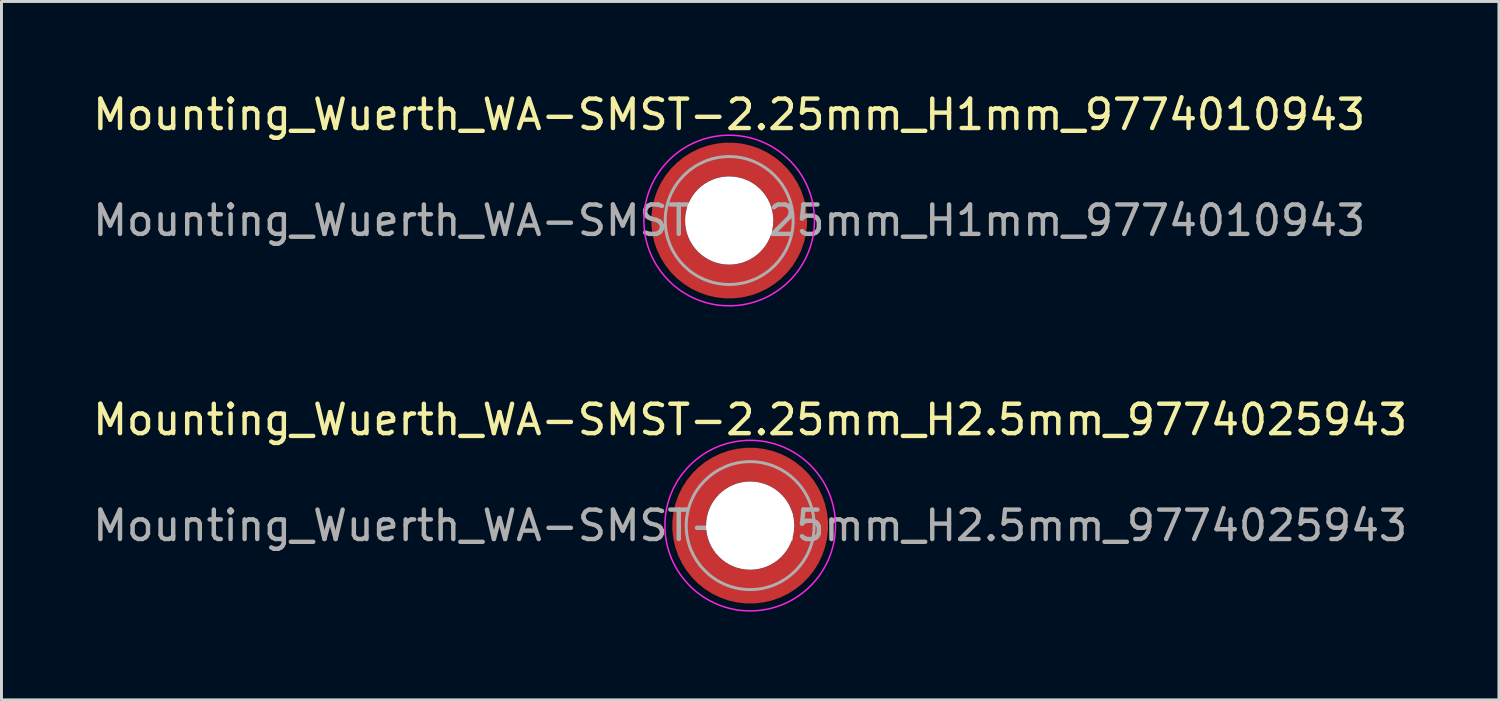
<source format=kicad_pcb>
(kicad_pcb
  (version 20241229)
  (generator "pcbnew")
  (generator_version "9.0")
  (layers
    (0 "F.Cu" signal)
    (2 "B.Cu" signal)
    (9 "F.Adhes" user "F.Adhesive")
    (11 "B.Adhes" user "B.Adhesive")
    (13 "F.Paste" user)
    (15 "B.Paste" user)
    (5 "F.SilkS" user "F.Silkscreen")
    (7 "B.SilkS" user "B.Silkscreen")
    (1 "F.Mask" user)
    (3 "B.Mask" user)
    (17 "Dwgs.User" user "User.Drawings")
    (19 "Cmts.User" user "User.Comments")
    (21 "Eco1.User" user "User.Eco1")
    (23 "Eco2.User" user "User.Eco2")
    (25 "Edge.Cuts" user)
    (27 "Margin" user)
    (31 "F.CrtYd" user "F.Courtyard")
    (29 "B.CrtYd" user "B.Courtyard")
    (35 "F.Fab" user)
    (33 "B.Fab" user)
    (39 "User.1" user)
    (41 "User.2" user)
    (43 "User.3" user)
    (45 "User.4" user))
  (footprint "Mounting_Wuerth_WA-SMST-2.25mm_H2.5mm_9774025943"
    (layer "F.Cu")
    (at 22.458 14.822)
    (property "Reference" "Mounting_Wuerth_WA-SMST-2.25mm_H2.5mm_9774025943" (at 0 -3.6 0) (layer "F.SilkS") (effects (font (size 1 1) (thickness 0.15))))
    (attr smd allow_soldermask_bridges)
    (fp_circle (center 0 0) (end 2.9 0) (stroke (width 0.05) (type solid)) (fill no) (layer "F.CrtYd"))
    (fp_circle (center 0 0) (end 2.175 0) (stroke (width 0.1) (type solid)) (fill no) (layer "F.Fab"))
    (fp_text user "${REFERENCE}" (at 0 0 0) (layer "F.Fab") (effects (font (size 1 1) (thickness 0.15))))
    (pad "" smd custom (at -1.453 -1.453) (size 0.505 0.505) (layers "F.Paste") (options (anchor circle)) (primitives (gr_arc (start -0.147677 1.053104) (mid 0.286378 0.286378) (end 1.053104 -0.147677) (width 0.2)) (gr_arc (start -0.240295 1.053104) (mid 0.222739 0.222739) (end 1.053104 -0.240295) (width 0.2)) (gr_arc (start -0.332645 1.053104) (mid 0.159099 0.159099) (end 1.053104 -0.332645) (width 0.2)) (gr_arc (start -0.424767 1.053104) (mid 0.095459 0.095459) (end 1.053104 -0.424767) (width 0.2)) (gr_arc (start -0.516693 1.053104) (mid 0.03182 0.03182) (end 1.053104 -0.516693) (width 0.2)) (gr_arc (start -0.608448 1.053104) (mid -0.03182 -0.03182) (end 1.053104 -0.608448) (width 0.2)) (gr_arc (start -0.700056 1.053104) (mid -0.095459 -0.095459) (end 1.053104 -0.700056) (width 0.2)) (gr_arc (start -0.791534 1.053104) (mid -0.159099 -0.159099) (end 1.053104 -0.791534) (width 0.2)) (gr_arc (start -0.882896 1.053104) (mid -0.222739 -0.222739) (end 1.053104 -0.882896) (width 0.2)) (gr_arc (start -0.974157 1.053104) (mid -0.286378 -0.286378) (end 1.053104 -0.974157) (width 0.2)) (gr_line (start 1.053 -0.148) (end 1.053 -0.974) (width 0.2)) (gr_line (start -0.148 1.053) (end -0.974 1.053) (width 0.2))))
    (pad "" smd custom (at -1.453 1.453) (size 0.505 0.505) (layers "F.Paste") (options (anchor circle)) (primitives (gr_arc (start 1.053104 0.147677) (mid 0.286378 -0.286378) (end -0.147677 -1.053104) (width 0.2)) (gr_arc (start 1.053104 0.240295) (mid 0.222739 -0.222739) (end -0.240295 -1.053104) (width 0.2)) (gr_arc (start 1.053104 0.332645) (mid 0.159099 -0.159099) (end -0.332645 -1.053104) (width 0.2)) (gr_arc (start 1.053104 0.424767) (mid 0.095459 -0.095459) (end -0.424767 -1.053104) (width 0.2)) (gr_arc (start 1.053104 0.516693) (mid 0.03182 -0.03182) (end -0.516693 -1.053104) (width 0.2)) (gr_arc (start 1.053104 0.608448) (mid -0.03182 0.03182) (end -0.608448 -1.053104) (width 0.2)) (gr_arc (start 1.053104 0.700056) (mid -0.095459 0.095459) (end -0.700056 -1.053104) (width 0.2)) (gr_arc (start 1.053104 0.791534) (mid -0.159099 0.159099) (end -0.791534 -1.053104) (width 0.2)) (gr_arc (start 1.053104 0.882896) (mid -0.222739 0.222739) (end -0.882896 -1.053104) (width 0.2)) (gr_arc (start 1.053104 0.974157) (mid -0.286378 0.286378) (end -0.974157 -1.053104) (width 0.2)) (gr_line (start -0.148 -1.053) (end -0.974 -1.053) (width 0.2)) (gr_line (start 1.053 0.148) (end 1.053 0.974) (width 0.2))))
    (pad "" np_thru_hole circle (at 0 0) (size 3 3) (drill 3) (layers "*.Cu" "*.Mask"))
    (pad "" smd custom (at 1.453 -1.453) (size 0.505 0.505) (layers "F.Paste") (options (anchor circle)) (primitives (gr_arc (start -1.053104 -0.147677) (mid -0.286378 0.286378) (end 0.147677 1.053104) (width 0.2)) (gr_arc (start -1.053104 -0.240295) (mid -0.222739 0.222739) (end 0.240295 1.053104) (width 0.2)) (gr_arc (start -1.053104 -0.332645) (mid -0.159099 0.159099) (end 0.332645 1.053104) (width 0.2)) (gr_arc (start -1.053104 -0.424767) (mid -0.095459 0.095459) (end 0.424767 1.053104) (width 0.2)) (gr_arc (start -1.053104 -0.516693) (mid -0.03182 0.03182) (end 0.516693 1.053104) (width 0.2)) (gr_arc (start -1.053104 -0.608448) (mid 0.03182 -0.03182) (end 0.608448 1.053104) (width 0.2)) (gr_arc (start -1.053104 -0.700056) (mid 0.095459 -0.095459) (end 0.700056 1.053104) (width 0.2)) (gr_arc (start -1.053104 -0.791534) (mid 0.159099 -0.159099) (end 0.791534 1.053104) (width 0.2)) (gr_arc (start -1.053104 -0.882896) (mid 0.222739 -0.222739) (end 0.882896 1.053104) (width 0.2)) (gr_arc (start -1.053104 -0.974157) (mid 0.286378 -0.286378) (end 0.974157 1.053104) (width 0.2)) (gr_line (start 0.148 1.053) (end 0.974 1.053) (width 0.2)) (gr_line (start -1.053 -0.148) (end -1.053 -0.974) (width 0.2))))
    (pad "" smd custom (at 1.453 1.453) (size 0.505 0.505) (layers "F.Paste") (options (anchor circle)) (primitives (gr_arc (start 0.147677 -1.053104) (mid -0.286378 -0.286378) (end -1.053104 0.147677) (width 0.2)) (gr_arc (start 0.240295 -1.053104) (mid -0.222739 -0.222739) (end -1.053104 0.240295) (width 0.2)) (gr_arc (start 0.332645 -1.053104) (mid -0.159099 -0.159099) (end -1.053104 0.332645) (width 0.2)) (gr_arc (start 0.424767 -1.053104) (mid -0.095459 -0.095459) (end -1.053104 0.424767) (width 0.2)) (gr_arc (start 0.516693 -1.053104) (mid -0.03182 -0.03182) (end -1.053104 0.516693) (width 0.2)) (gr_arc (start 0.608448 -1.053104) (mid 0.03182 0.03182) (end -1.053104 0.608448) (width 0.2)) (gr_arc (start 0.700056 -1.053104) (mid 0.095459 0.095459) (end -1.053104 0.700056) (width 0.2)) (gr_arc (start 0.791534 -1.053104) (mid 0.159099 0.159099) (end -1.053104 0.791534) (width 0.2)) (gr_arc (start 0.882896 -1.053104) (mid 0.222739 0.222739) (end -1.053104 0.882896) (width 0.2)) (gr_arc (start 0.974157 -1.053104) (mid 0.286378 0.286378) (end -1.053104 0.974157) (width 0.2)) (gr_line (start -1.053 0.148) (end -1.053 0.974) (width 0.2)) (gr_line (start 0.148 -1.053) (end 0.974 -1.053) (width 0.2))))
    (pad "1" smd circle (at -2.075 0) (size 0.642 0.642) (layers "F.Cu"))
    (pad "1" smd circle (at 0 -2.075) (size 0.642 0.642) (layers "F.Cu"))
    (pad "1" smd circle (at 0 2.075) (size 0.642 0.642) (layers "F.Cu"))
    (pad "1" smd custom (at 2.075 0) (size 1.15 1.15) (layers "F.Cu" "F.Mask") (options (anchor circle)) (primitives (gr_circle (center -2.075 0) (end 0 0) (width 1.15) (fill no)))))
  (footprint "Mounting_Wuerth_WA-SMST-2.25mm_H1mm_9774010943"
    (layer "F.Cu")
    (at 21.744 4.448)
    (property "Reference" "Mounting_Wuerth_WA-SMST-2.25mm_H1mm_9774010943" (at 0 -3.6 0) (layer "F.SilkS") (effects (font (size 1 1) (thickness 0.15))))
    (attr smd allow_soldermask_bridges)
    (fp_circle (center 0 0) (end 2.9 0) (stroke (width 0.05) (type solid)) (fill no) (layer "F.CrtYd"))
    (fp_circle (center 0 0) (end 2.175 0) (stroke (width 0.1) (type solid)) (fill no) (layer "F.Fab"))
    (fp_text user "${REFERENCE}" (at 0 0 0) (layer "F.Fab") (effects (font (size 1 1) (thickness 0.15))))
    (pad "" smd custom (at -1.453 -1.453) (size 0.505 0.505) (layers "F.Paste") (options (anchor circle)) (primitives (gr_arc (start -0.147677 1.053104) (mid 0.286378 0.286378) (end 1.053104 -0.147677) (width 0.2)) (gr_arc (start -0.240295 1.053104) (mid 0.222739 0.222739) (end 1.053104 -0.240295) (width 0.2)) (gr_arc (start -0.332645 1.053104) (mid 0.159099 0.159099) (end 1.053104 -0.332645) (width 0.2)) (gr_arc (start -0.424767 1.053104) (mid 0.095459 0.095459) (end 1.053104 -0.424767) (width 0.2)) (gr_arc (start -0.516693 1.053104) (mid 0.03182 0.03182) (end 1.053104 -0.516693) (width 0.2)) (gr_arc (start -0.608448 1.053104) (mid -0.03182 -0.03182) (end 1.053104 -0.608448) (width 0.2)) (gr_arc (start -0.700056 1.053104) (mid -0.095459 -0.095459) (end 1.053104 -0.700056) (width 0.2)) (gr_arc (start -0.791534 1.053104) (mid -0.159099 -0.159099) (end 1.053104 -0.791534) (width 0.2)) (gr_arc (start -0.882896 1.053104) (mid -0.222739 -0.222739) (end 1.053104 -0.882896) (width 0.2)) (gr_arc (start -0.974157 1.053104) (mid -0.286378 -0.286378) (end 1.053104 -0.974157) (width 0.2)) (gr_line (start 1.053 -0.148) (end 1.053 -0.974) (width 0.2)) (gr_line (start -0.148 1.053) (end -0.974 1.053) (width 0.2))))
    (pad "" smd custom (at -1.453 1.453) (size 0.505 0.505) (layers "F.Paste") (options (anchor circle)) (primitives (gr_arc (start 1.053104 0.147677) (mid 0.286378 -0.286378) (end -0.147677 -1.053104) (width 0.2)) (gr_arc (start 1.053104 0.240295) (mid 0.222739 -0.222739) (end -0.240295 -1.053104) (width 0.2)) (gr_arc (start 1.053104 0.332645) (mid 0.159099 -0.159099) (end -0.332645 -1.053104) (width 0.2)) (gr_arc (start 1.053104 0.424767) (mid 0.095459 -0.095459) (end -0.424767 -1.053104) (width 0.2)) (gr_arc (start 1.053104 0.516693) (mid 0.03182 -0.03182) (end -0.516693 -1.053104) (width 0.2)) (gr_arc (start 1.053104 0.608448) (mid -0.03182 0.03182) (end -0.608448 -1.053104) (width 0.2)) (gr_arc (start 1.053104 0.700056) (mid -0.095459 0.095459) (end -0.700056 -1.053104) (width 0.2)) (gr_arc (start 1.053104 0.791534) (mid -0.159099 0.159099) (end -0.791534 -1.053104) (width 0.2)) (gr_arc (start 1.053104 0.882896) (mid -0.222739 0.222739) (end -0.882896 -1.053104) (width 0.2)) (gr_arc (start 1.053104 0.974157) (mid -0.286378 0.286378) (end -0.974157 -1.053104) (width 0.2)) (gr_line (start -0.148 -1.053) (end -0.974 -1.053) (width 0.2)) (gr_line (start 1.053 0.148) (end 1.053 0.974) (width 0.2))))
    (pad "" np_thru_hole circle (at 0 0) (size 3 3) (drill 3) (layers "*.Cu" "*.Mask"))
    (pad "" smd custom (at 1.453 -1.453) (size 0.505 0.505) (layers "F.Paste") (options (anchor circle)) (primitives (gr_arc (start -1.053104 -0.147677) (mid -0.286378 0.286378) (end 0.147677 1.053104) (width 0.2)) (gr_arc (start -1.053104 -0.240295) (mid -0.222739 0.222739) (end 0.240295 1.053104) (width 0.2)) (gr_arc (start -1.053104 -0.332645) (mid -0.159099 0.159099) (end 0.332645 1.053104) (width 0.2)) (gr_arc (start -1.053104 -0.424767) (mid -0.095459 0.095459) (end 0.424767 1.053104) (width 0.2)) (gr_arc (start -1.053104 -0.516693) (mid -0.03182 0.03182) (end 0.516693 1.053104) (width 0.2)) (gr_arc (start -1.053104 -0.608448) (mid 0.03182 -0.03182) (end 0.608448 1.053104) (width 0.2)) (gr_arc (start -1.053104 -0.700056) (mid 0.095459 -0.095459) (end 0.700056 1.053104) (width 0.2)) (gr_arc (start -1.053104 -0.791534) (mid 0.159099 -0.159099) (end 0.791534 1.053104) (width 0.2)) (gr_arc (start -1.053104 -0.882896) (mid 0.222739 -0.222739) (end 0.882896 1.053104) (width 0.2)) (gr_arc (start -1.053104 -0.974157) (mid 0.286378 -0.286378) (end 0.974157 1.053104) (width 0.2)) (gr_line (start 0.148 1.053) (end 0.974 1.053) (width 0.2)) (gr_line (start -1.053 -0.148) (end -1.053 -0.974) (width 0.2))))
    (pad "" smd custom (at 1.453 1.453) (size 0.505 0.505) (layers "F.Paste") (options (anchor circle)) (primitives (gr_arc (start 0.147677 -1.053104) (mid -0.286378 -0.286378) (end -1.053104 0.147677) (width 0.2)) (gr_arc (start 0.240295 -1.053104) (mid -0.222739 -0.222739) (end -1.053104 0.240295) (width 0.2)) (gr_arc (start 0.332645 -1.053104) (mid -0.159099 -0.159099) (end -1.053104 0.332645) (width 0.2)) (gr_arc (start 0.424767 -1.053104) (mid -0.095459 -0.095459) (end -1.053104 0.424767) (width 0.2)) (gr_arc (start 0.516693 -1.053104) (mid -0.03182 -0.03182) (end -1.053104 0.516693) (width 0.2)) (gr_arc (start 0.608448 -1.053104) (mid 0.03182 0.03182) (end -1.053104 0.608448) (width 0.2)) (gr_arc (start 0.700056 -1.053104) (mid 0.095459 0.095459) (end -1.053104 0.700056) (width 0.2)) (gr_arc (start 0.791534 -1.053104) (mid 0.159099 0.159099) (end -1.053104 0.791534) (width 0.2)) (gr_arc (start 0.882896 -1.053104) (mid 0.222739 0.222739) (end -1.053104 0.882896) (width 0.2)) (gr_arc (start 0.974157 -1.053104) (mid 0.286378 0.286378) (end -1.053104 0.974157) (width 0.2)) (gr_line (start -1.053 0.148) (end -1.053 0.974) (width 0.2)) (gr_line (start 0.148 -1.053) (end 0.974 -1.053) (width 0.2))))
    (pad "1" smd circle (at -2.075 0) (size 0.642 0.642) (layers "F.Cu"))
    (pad "1" smd circle (at 0 -2.075) (size 0.642 0.642) (layers "F.Cu"))
    (pad "1" smd circle (at 0 2.075) (size 0.642 0.642) (layers "F.Cu"))
    (pad "1" smd custom (at 2.075 0) (size 1.15 1.15) (layers "F.Cu" "F.Mask") (options (anchor circle)) (primitives (gr_circle (center -2.075 0) (end 0 0) (width 1.15) (fill no)))))
  (gr_rect
    (start -3 -3)
    (end 47.917 20.747)
    (stroke (width 0.1) (type default))
    (fill no)
    (layer "Edge.Cuts")))
</source>
